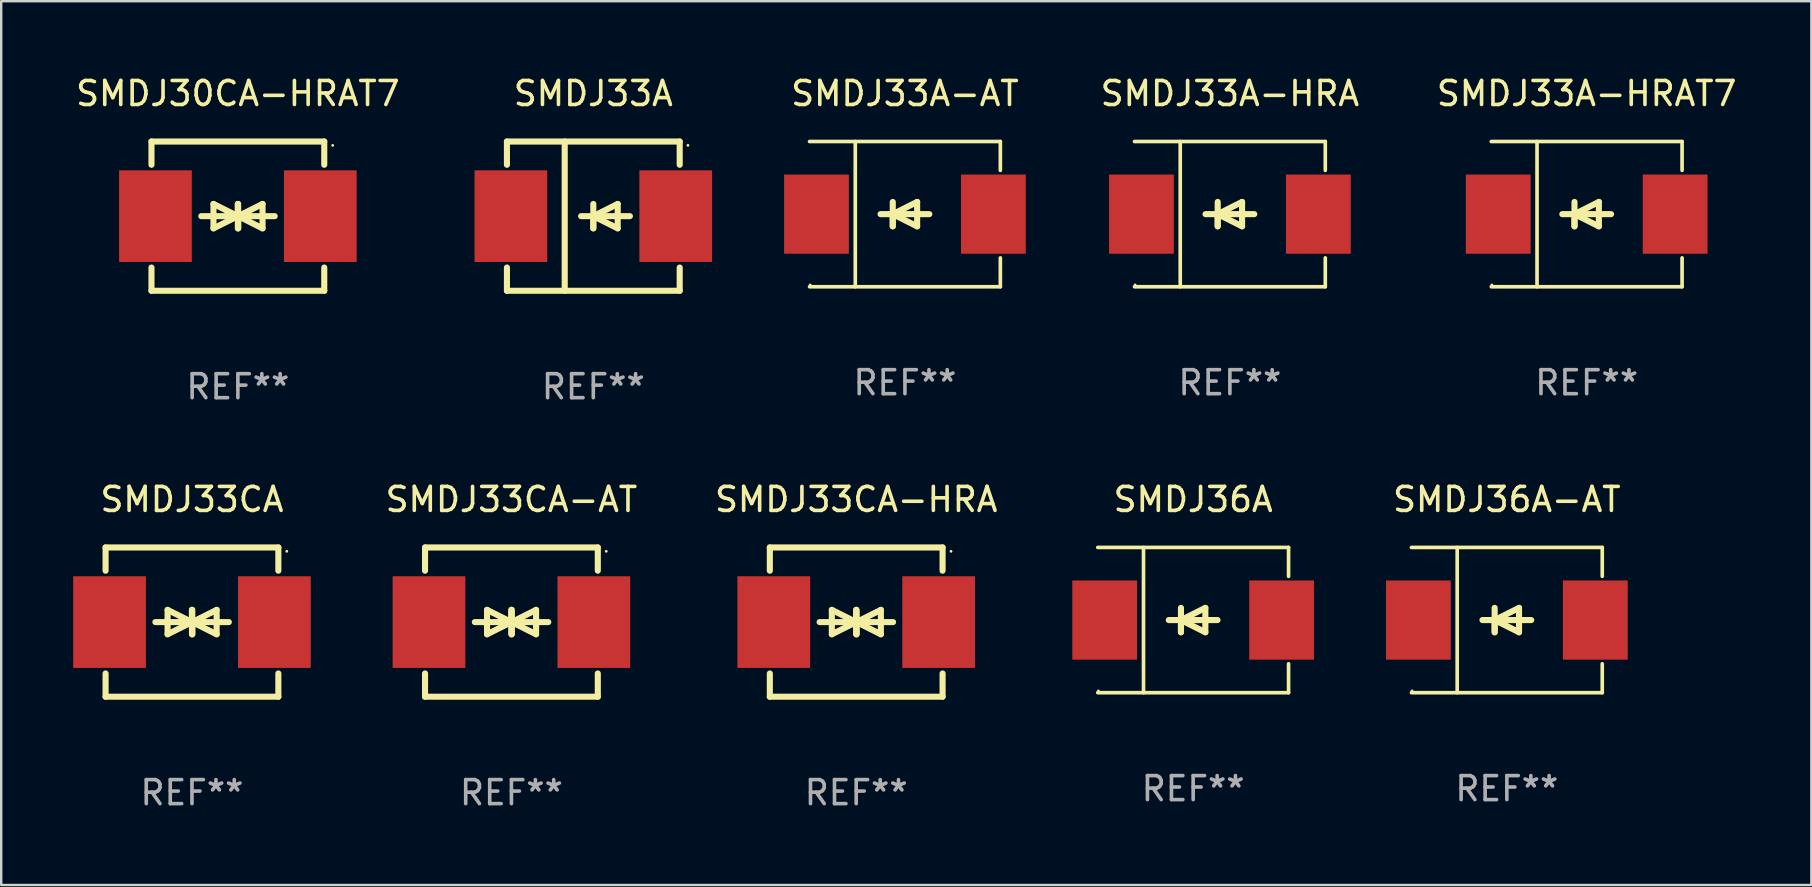
<source format=kicad_pcb>
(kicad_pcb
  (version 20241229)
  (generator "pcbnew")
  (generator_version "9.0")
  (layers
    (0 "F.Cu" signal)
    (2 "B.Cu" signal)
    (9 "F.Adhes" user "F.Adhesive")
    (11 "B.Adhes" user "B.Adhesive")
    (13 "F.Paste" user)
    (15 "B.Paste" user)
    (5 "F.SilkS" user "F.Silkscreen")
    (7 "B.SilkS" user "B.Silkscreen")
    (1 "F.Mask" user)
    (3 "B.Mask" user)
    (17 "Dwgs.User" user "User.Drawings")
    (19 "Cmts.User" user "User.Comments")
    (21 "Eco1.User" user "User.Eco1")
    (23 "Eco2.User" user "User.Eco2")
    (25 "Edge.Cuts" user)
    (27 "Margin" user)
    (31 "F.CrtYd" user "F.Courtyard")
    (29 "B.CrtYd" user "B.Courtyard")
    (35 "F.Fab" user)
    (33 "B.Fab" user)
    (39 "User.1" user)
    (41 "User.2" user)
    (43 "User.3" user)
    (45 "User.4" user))
  (footprint "SMDJ33CA"
    (layer "F.Cu")
    (at 4.95 22.875)
    (property "Reference" "SMDJ33CA" (at 0 -5.11 0) (layer "F.SilkS") (effects (font (size 1 1) (thickness 0.15))))
    (attr through_hole)
    (fp_line (start -3.6 -2.141) (end -3.6 -3.11) (stroke (width 0.254) (type solid)) (layer "F.SilkS"))
    (fp_line (start -3.6 3.11) (end -3.6 2.141) (stroke (width 0.254) (type solid)) (layer "F.SilkS"))
    (fp_line (start -1.524 0) (end 0.508 0) (stroke (width 0.254) (type solid)) (layer "F.SilkS"))
    (fp_line (start -1.016 -0.508) (end -1.016 0.508) (stroke (width 0.254) (type solid)) (layer "F.SilkS"))
    (fp_line (start -1.016 0.508) (end 0 0) (stroke (width 0.254) (type solid)) (layer "F.SilkS"))
    (fp_line (start 0 -0.508) (end 0 0.508) (stroke (width 0.254) (type solid)) (layer "F.SilkS"))
    (fp_line (start 0 0) (end -1.016 -0.508) (stroke (width 0.254) (type solid)) (layer "F.SilkS"))
    (fp_line (start 0 0) (end 0 -0.508) (stroke (width 0.254) (type solid)) (layer "F.SilkS"))
    (fp_line (start 0.012 0) (end 0.012 0.508) (stroke (width 0.254) (type solid)) (layer "F.SilkS"))
    (fp_line (start 0.012 0) (end 1.028 0.508) (stroke (width 0.254) (type solid)) (layer "F.SilkS"))
    (fp_line (start 0.012 0.508) (end 0.012 -0.508) (stroke (width 0.254) (type solid)) (layer "F.SilkS"))
    (fp_line (start 1.028 -0.508) (end 0.012 0) (stroke (width 0.254) (type solid)) (layer "F.SilkS"))
    (fp_line (start 1.028 0.508) (end 1.028 -0.508) (stroke (width 0.254) (type solid)) (layer "F.SilkS"))
    (fp_line (start 1.536 0) (end -0.496 0) (stroke (width 0.254) (type solid)) (layer "F.SilkS"))
    (fp_line (start 3.6 -3.11) (end -3.6 -3.11) (stroke (width 0.254) (type solid)) (layer "F.SilkS"))
    (fp_line (start 3.6 -2.141) (end 3.6 -3.11) (stroke (width 0.254) (type solid)) (layer "F.SilkS"))
    (fp_line (start 3.6 3.11) (end -3.6 3.11) (stroke (width 0.254) (type solid)) (layer "F.SilkS"))
    (fp_line (start 3.6 3.11) (end 3.6 2.141) (stroke (width 0.254) (type solid)) (layer "F.SilkS"))
    (fp_circle (center 3.952 -2.95) (end 3.982 -2.95) (stroke (width 0.06) (type solid)) (fill no) (layer "F.SilkS"))
    (fp_text user "REF**" (at 0 7.11 0) (layer "F.Fab") (effects (font (size 1 1) (thickness 0.15))))
    (pad "1" smd rect (at 3.435 0) (size 3.03 3.82) (layers "F.Cu" "F.Mask" "F.Paste"))
    (pad "2" smd rect (at -3.435 0) (size 3.03 3.82) (layers "F.Cu" "F.Mask" "F.Paste")))
  (footprint "SMDJ33CA-AT"
    (layer "F.Cu")
    (at 18.263 22.875)
    (property "Reference" "SMDJ33CA-AT" (at 0 -5.11 0) (layer "F.SilkS") (effects (font (size 1 1) (thickness 0.15))))
    (attr through_hole)
    (fp_line (start -3.6 -2.141) (end -3.6 -3.11) (stroke (width 0.254) (type solid)) (layer "F.SilkS"))
    (fp_line (start -3.6 3.11) (end -3.6 2.141) (stroke (width 0.254) (type solid)) (layer "F.SilkS"))
    (fp_line (start -1.524 0) (end 0.508 0) (stroke (width 0.254) (type solid)) (layer "F.SilkS"))
    (fp_line (start -1.016 -0.508) (end -1.016 0.508) (stroke (width 0.254) (type solid)) (layer "F.SilkS"))
    (fp_line (start -1.016 0.508) (end 0 0) (stroke (width 0.254) (type solid)) (layer "F.SilkS"))
    (fp_line (start 0 -0.508) (end 0 0.508) (stroke (width 0.254) (type solid)) (layer "F.SilkS"))
    (fp_line (start 0 0) (end -1.016 -0.508) (stroke (width 0.254) (type solid)) (layer "F.SilkS"))
    (fp_line (start 0 0) (end 0 -0.508) (stroke (width 0.254) (type solid)) (layer "F.SilkS"))
    (fp_line (start 0.012 0) (end 0.012 0.508) (stroke (width 0.254) (type solid)) (layer "F.SilkS"))
    (fp_line (start 0.012 0) (end 1.028 0.508) (stroke (width 0.254) (type solid)) (layer "F.SilkS"))
    (fp_line (start 0.012 0.508) (end 0.012 -0.508) (stroke (width 0.254) (type solid)) (layer "F.SilkS"))
    (fp_line (start 1.028 -0.508) (end 0.012 0) (stroke (width 0.254) (type solid)) (layer "F.SilkS"))
    (fp_line (start 1.028 0.508) (end 1.028 -0.508) (stroke (width 0.254) (type solid)) (layer "F.SilkS"))
    (fp_line (start 1.536 0) (end -0.496 0) (stroke (width 0.254) (type solid)) (layer "F.SilkS"))
    (fp_line (start 3.6 -3.11) (end -3.6 -3.11) (stroke (width 0.254) (type solid)) (layer "F.SilkS"))
    (fp_line (start 3.6 -2.141) (end 3.6 -3.11) (stroke (width 0.254) (type solid)) (layer "F.SilkS"))
    (fp_line (start 3.6 3.11) (end -3.6 3.11) (stroke (width 0.254) (type solid)) (layer "F.SilkS"))
    (fp_line (start 3.6 3.11) (end 3.6 2.141) (stroke (width 0.254) (type solid)) (layer "F.SilkS"))
    (fp_circle (center 3.952 -2.95) (end 3.982 -2.95) (stroke (width 0.06) (type solid)) (fill no) (layer "F.SilkS"))
    (fp_text user "REF**" (at 0 7.11 0) (layer "F.Fab") (effects (font (size 1 1) (thickness 0.15))))
    (pad "1" smd rect (at 3.435 0) (size 3.03 3.82) (layers "F.Cu" "F.Mask" "F.Paste"))
    (pad "2" smd rect (at -3.435 0) (size 3.03 3.82) (layers "F.Cu" "F.Mask" "F.Paste")))
  (footprint "SMDJ33CA-HRA"
    (layer "F.Cu")
    (at 32.632 22.875)
    (property "Reference" "SMDJ33CA-HRA" (at 0 -5.11 0) (layer "F.SilkS") (effects (font (size 1 1) (thickness 0.15))))
    (attr through_hole)
    (fp_line (start -3.6 -2.141) (end -3.6 -3.11) (stroke (width 0.254) (type solid)) (layer "F.SilkS"))
    (fp_line (start -3.6 3.11) (end -3.6 2.141) (stroke (width 0.254) (type solid)) (layer "F.SilkS"))
    (fp_line (start -1.524 0) (end 0.508 0) (stroke (width 0.254) (type solid)) (layer "F.SilkS"))
    (fp_line (start -1.016 -0.508) (end -1.016 0.508) (stroke (width 0.254) (type solid)) (layer "F.SilkS"))
    (fp_line (start -1.016 0.508) (end 0 0) (stroke (width 0.254) (type solid)) (layer "F.SilkS"))
    (fp_line (start 0 -0.508) (end 0 0.508) (stroke (width 0.254) (type solid)) (layer "F.SilkS"))
    (fp_line (start 0 0) (end -1.016 -0.508) (stroke (width 0.254) (type solid)) (layer "F.SilkS"))
    (fp_line (start 0 0) (end 0 -0.508) (stroke (width 0.254) (type solid)) (layer "F.SilkS"))
    (fp_line (start 0.012 0) (end 0.012 0.508) (stroke (width 0.254) (type solid)) (layer "F.SilkS"))
    (fp_line (start 0.012 0) (end 1.028 0.508) (stroke (width 0.254) (type solid)) (layer "F.SilkS"))
    (fp_line (start 0.012 0.508) (end 0.012 -0.508) (stroke (width 0.254) (type solid)) (layer "F.SilkS"))
    (fp_line (start 1.028 -0.508) (end 0.012 0) (stroke (width 0.254) (type solid)) (layer "F.SilkS"))
    (fp_line (start 1.028 0.508) (end 1.028 -0.508) (stroke (width 0.254) (type solid)) (layer "F.SilkS"))
    (fp_line (start 1.536 0) (end -0.496 0) (stroke (width 0.254) (type solid)) (layer "F.SilkS"))
    (fp_line (start 3.6 -3.11) (end -3.6 -3.11) (stroke (width 0.254) (type solid)) (layer "F.SilkS"))
    (fp_line (start 3.6 -2.141) (end 3.6 -3.11) (stroke (width 0.254) (type solid)) (layer "F.SilkS"))
    (fp_line (start 3.6 3.11) (end -3.6 3.11) (stroke (width 0.254) (type solid)) (layer "F.SilkS"))
    (fp_line (start 3.6 3.11) (end 3.6 2.141) (stroke (width 0.254) (type solid)) (layer "F.SilkS"))
    (fp_circle (center 3.952 -2.95) (end 3.982 -2.95) (stroke (width 0.06) (type solid)) (fill no) (layer "F.SilkS"))
    (fp_text user "REF**" (at 0 7.11 0) (layer "F.Fab") (effects (font (size 1 1) (thickness 0.15))))
    (pad "1" smd rect (at 3.435 0) (size 3.03 3.82) (layers "F.Cu" "F.Mask" "F.Paste"))
    (pad "2" smd rect (at -3.435 0) (size 3.03 3.82) (layers "F.Cu" "F.Mask" "F.Paste")))
  (footprint "SMDJ33A-AT"
    (layer "F.Cu")
    (at 34.663 5.874)
    (property "Reference" "SMDJ33A-AT" (at 0 -5.026 0) (layer "F.SilkS") (effects (font (size 1 1) (thickness 0.15))))
    (attr through_hole)
    (fp_line (start -3.976 -3.026) (end 3.976 -3.026) (stroke (width 0.152) (type solid)) (layer "F.SilkS"))
    (fp_line (start -3.976 3.026) (end 3.976 3.026) (stroke (width 0.152) (type solid)) (layer "F.SilkS"))
    (fp_line (start -2.069 -3.026) (end -2.069 3.026) (stroke (width 0.152) (type solid)) (layer "F.SilkS"))
    (fp_line (start -0.508 0) (end -0.508 0.508) (stroke (width 0.254) (type solid)) (layer "F.SilkS"))
    (fp_line (start -0.508 0) (end 0.508 0.508) (stroke (width 0.254) (type solid)) (layer "F.SilkS"))
    (fp_line (start -0.508 0.508) (end -0.508 -0.508) (stroke (width 0.254) (type solid)) (layer "F.SilkS"))
    (fp_line (start 0.508 -0.508) (end -0.508 0) (stroke (width 0.254) (type solid)) (layer "F.SilkS"))
    (fp_line (start 0.508 0.508) (end 0.508 -0.508) (stroke (width 0.254) (type solid)) (layer "F.SilkS"))
    (fp_line (start 1.016 0) (end -1.016 0) (stroke (width 0.254) (type solid)) (layer "F.SilkS"))
    (fp_line (start 3.976 -3.026) (end 3.976 -1.823) (stroke (width 0.152) (type solid)) (layer "F.SilkS"))
    (fp_line (start 3.976 3.026) (end 3.976 1.823) (stroke (width 0.152) (type solid)) (layer "F.SilkS"))
    (fp_circle (center -3.95 2.95) (end -3.92 2.95) (stroke (width 0.06) (type solid)) (fill no) (layer "F.SilkS"))
    (fp_text user "REF**" (at 0 7.026 0) (layer "F.Fab") (effects (font (size 1 1) (thickness 0.15))))
    (pad "1" smd rect (at -3.686 0) (size 2.7 3.3) (layers "F.Cu" "F.Mask" "F.Paste"))
    (pad "2" smd rect (at 3.686 0) (size 2.7 3.3) (layers "F.Cu" "F.Mask" "F.Paste")))
  (footprint "SMDJ33A-HRA"
    (layer "F.Cu")
    (at 48.205 5.874)
    (property "Reference" "SMDJ33A-HRA" (at 0 -5.026 0) (layer "F.SilkS") (effects (font (size 1 1) (thickness 0.15))))
    (attr through_hole)
    (fp_line (start -3.976 -3.026) (end 3.976 -3.026) (stroke (width 0.152) (type solid)) (layer "F.SilkS"))
    (fp_line (start -3.976 3.026) (end 3.976 3.026) (stroke (width 0.152) (type solid)) (layer "F.SilkS"))
    (fp_line (start -2.069 -3.026) (end -2.069 3.026) (stroke (width 0.152) (type solid)) (layer "F.SilkS"))
    (fp_line (start -0.508 0) (end -0.508 0.508) (stroke (width 0.254) (type solid)) (layer "F.SilkS"))
    (fp_line (start -0.508 0) (end 0.508 0.508) (stroke (width 0.254) (type solid)) (layer "F.SilkS"))
    (fp_line (start -0.508 0.508) (end -0.508 -0.508) (stroke (width 0.254) (type solid)) (layer "F.SilkS"))
    (fp_line (start 0.508 -0.508) (end -0.508 0) (stroke (width 0.254) (type solid)) (layer "F.SilkS"))
    (fp_line (start 0.508 0.508) (end 0.508 -0.508) (stroke (width 0.254) (type solid)) (layer "F.SilkS"))
    (fp_line (start 1.016 0) (end -1.016 0) (stroke (width 0.254) (type solid)) (layer "F.SilkS"))
    (fp_line (start 3.976 -3.026) (end 3.976 -1.823) (stroke (width 0.152) (type solid)) (layer "F.SilkS"))
    (fp_line (start 3.976 3.026) (end 3.976 1.823) (stroke (width 0.152) (type solid)) (layer "F.SilkS"))
    (fp_circle (center -3.95 2.95) (end -3.92 2.95) (stroke (width 0.06) (type solid)) (fill no) (layer "F.SilkS"))
    (fp_text user "REF**" (at 0 7.026 0) (layer "F.Fab") (effects (font (size 1 1) (thickness 0.15))))
    (pad "1" smd rect (at -3.686 0) (size 2.7 3.3) (layers "F.Cu" "F.Mask" "F.Paste"))
    (pad "2" smd rect (at 3.686 0) (size 2.7 3.3) (layers "F.Cu" "F.Mask" "F.Paste")))
  (footprint "SMDJ33A"
    (layer "F.Cu")
    (at 21.676 5.958)
    (property "Reference" "SMDJ33A" (at 0 -5.11 0) (layer "F.SilkS") (effects (font (size 1 1) (thickness 0.15))))
    (attr through_hole)
    (fp_line (start -3.6 -3.11) (end -3.6 -2.141) (stroke (width 0.254) (type solid)) (layer "F.SilkS"))
    (fp_line (start -3.6 -3.11) (end 3.6 -3.11) (stroke (width 0.254) (type solid)) (layer "F.SilkS"))
    (fp_line (start -3.6 2.141) (end -3.6 3.11) (stroke (width 0.254) (type solid)) (layer "F.SilkS"))
    (fp_line (start -3.6 3.11) (end 3.6 3.11) (stroke (width 0.254) (type solid)) (layer "F.SilkS"))
    (fp_line (start -1.192 -3.11) (end -1.192 3.11) (stroke (width 0.254) (type solid)) (layer "F.SilkS"))
    (fp_line (start 0 0) (end 0 0.508) (stroke (width 0.254) (type solid)) (layer "F.SilkS"))
    (fp_line (start 0 0) (end 1.016 0.508) (stroke (width 0.254) (type solid)) (layer "F.SilkS"))
    (fp_line (start 0 0.508) (end 0 -0.508) (stroke (width 0.254) (type solid)) (layer "F.SilkS"))
    (fp_line (start 1.016 -0.508) (end 0 0) (stroke (width 0.254) (type solid)) (layer "F.SilkS"))
    (fp_line (start 1.016 0.508) (end 1.016 -0.508) (stroke (width 0.254) (type solid)) (layer "F.SilkS"))
    (fp_line (start 1.524 0) (end -0.508 0) (stroke (width 0.254) (type solid)) (layer "F.SilkS"))
    (fp_line (start 3.6 -3.11) (end 3.6 -2.141) (stroke (width 0.254) (type solid)) (layer "F.SilkS"))
    (fp_line (start 3.6 2.141) (end 3.6 3.11) (stroke (width 0.254) (type solid)) (layer "F.SilkS"))
    (fp_circle (center 3.943 -2.952) (end 3.973 -2.952) (stroke (width 0.06) (type solid)) (fill no) (layer "F.SilkS"))
    (fp_text user "REF**" (at 0 7.11 0) (layer "F.Fab") (effects (font (size 1 1) (thickness 0.15))))
    (pad "1" smd rect (at 3.435 0 180) (size 3.03 3.82) (layers "F.Cu" "F.Mask" "F.Paste"))
    (pad "2" smd rect (at -3.435 0 180) (size 3.03 3.82) (layers "F.Cu" "F.Mask" "F.Paste")))
  (footprint "SMDJ36A"
    (layer "F.Cu")
    (at 46.674 22.791)
    (property "Reference" "SMDJ36A" (at 0 -5.026 0) (layer "F.SilkS") (effects (font (size 1 1) (thickness 0.15))))
    (attr through_hole)
    (fp_line (start -3.976 -3.026) (end 3.976 -3.026) (stroke (width 0.152) (type solid)) (layer "F.SilkS"))
    (fp_line (start -3.976 3.026) (end 3.976 3.026) (stroke (width 0.152) (type solid)) (layer "F.SilkS"))
    (fp_line (start -2.069 -3.026) (end -2.069 3.026) (stroke (width 0.152) (type solid)) (layer "F.SilkS"))
    (fp_line (start -0.508 0) (end -0.508 0.508) (stroke (width 0.254) (type solid)) (layer "F.SilkS"))
    (fp_line (start -0.508 0) (end 0.508 0.508) (stroke (width 0.254) (type solid)) (layer "F.SilkS"))
    (fp_line (start -0.508 0.508) (end -0.508 -0.508) (stroke (width 0.254) (type solid)) (layer "F.SilkS"))
    (fp_line (start 0.508 -0.508) (end -0.508 0) (stroke (width 0.254) (type solid)) (layer "F.SilkS"))
    (fp_line (start 0.508 0.508) (end 0.508 -0.508) (stroke (width 0.254) (type solid)) (layer "F.SilkS"))
    (fp_line (start 1.016 0) (end -1.016 0) (stroke (width 0.254) (type solid)) (layer "F.SilkS"))
    (fp_line (start 3.976 -3.026) (end 3.976 -1.823) (stroke (width 0.152) (type solid)) (layer "F.SilkS"))
    (fp_line (start 3.976 3.026) (end 3.976 1.823) (stroke (width 0.152) (type solid)) (layer "F.SilkS"))
    (fp_circle (center -3.95 2.95) (end -3.92 2.95) (stroke (width 0.06) (type solid)) (fill no) (layer "F.SilkS"))
    (fp_text user "REF**" (at 0 7.026 0) (layer "F.Fab") (effects (font (size 1 1) (thickness 0.15))))
    (pad "1" smd rect (at -3.686 0) (size 2.7 3.3) (layers "F.Cu" "F.Mask" "F.Paste"))
    (pad "2" smd rect (at 3.686 0) (size 2.7 3.3) (layers "F.Cu" "F.Mask" "F.Paste")))
  (footprint "SMDJ36A-AT"
    (layer "F.Cu")
    (at 59.747 22.791)
    (property "Reference" "SMDJ36A-AT" (at 0 -5.026 0) (layer "F.SilkS") (effects (font (size 1 1) (thickness 0.15))))
    (attr through_hole)
    (fp_line (start -3.976 -3.026) (end 3.976 -3.026) (stroke (width 0.152) (type solid)) (layer "F.SilkS"))
    (fp_line (start -3.976 3.026) (end 3.976 3.026) (stroke (width 0.152) (type solid)) (layer "F.SilkS"))
    (fp_line (start -2.069 -3.026) (end -2.069 3.026) (stroke (width 0.152) (type solid)) (layer "F.SilkS"))
    (fp_line (start -0.508 0) (end -0.508 0.508) (stroke (width 0.254) (type solid)) (layer "F.SilkS"))
    (fp_line (start -0.508 0) (end 0.508 0.508) (stroke (width 0.254) (type solid)) (layer "F.SilkS"))
    (fp_line (start -0.508 0.508) (end -0.508 -0.508) (stroke (width 0.254) (type solid)) (layer "F.SilkS"))
    (fp_line (start 0.508 -0.508) (end -0.508 0) (stroke (width 0.254) (type solid)) (layer "F.SilkS"))
    (fp_line (start 0.508 0.508) (end 0.508 -0.508) (stroke (width 0.254) (type solid)) (layer "F.SilkS"))
    (fp_line (start 1.016 0) (end -1.016 0) (stroke (width 0.254) (type solid)) (layer "F.SilkS"))
    (fp_line (start 3.976 -3.026) (end 3.976 -1.823) (stroke (width 0.152) (type solid)) (layer "F.SilkS"))
    (fp_line (start 3.976 3.026) (end 3.976 1.823) (stroke (width 0.152) (type solid)) (layer "F.SilkS"))
    (fp_circle (center -3.95 2.95) (end -3.92 2.95) (stroke (width 0.06) (type solid)) (fill no) (layer "F.SilkS"))
    (fp_text user "REF**" (at 0 7.026 0) (layer "F.Fab") (effects (font (size 1 1) (thickness 0.15))))
    (pad "1" smd rect (at -3.686 0) (size 2.7 3.3) (layers "F.Cu" "F.Mask" "F.Paste"))
    (pad "2" smd rect (at 3.686 0) (size 2.7 3.3) (layers "F.Cu" "F.Mask" "F.Paste")))
  (footprint "SMDJ33A-HRAT7"
    (layer "F.Cu")
    (at 63.074 5.874)
    (property "Reference" "SMDJ33A-HRAT7" (at 0 -5.026 0) (layer "F.SilkS") (effects (font (size 1 1) (thickness 0.15))))
    (attr through_hole)
    (fp_line (start -3.976 -3.026) (end 3.976 -3.026) (stroke (width 0.152) (type solid)) (layer "F.SilkS"))
    (fp_line (start -3.976 3.026) (end 3.976 3.026) (stroke (width 0.152) (type solid)) (layer "F.SilkS"))
    (fp_line (start -2.069 -3.026) (end -2.069 3.026) (stroke (width 0.152) (type solid)) (layer "F.SilkS"))
    (fp_line (start -0.508 0) (end -0.508 0.508) (stroke (width 0.254) (type solid)) (layer "F.SilkS"))
    (fp_line (start -0.508 0) (end 0.508 0.508) (stroke (width 0.254) (type solid)) (layer "F.SilkS"))
    (fp_line (start -0.508 0.508) (end -0.508 -0.508) (stroke (width 0.254) (type solid)) (layer "F.SilkS"))
    (fp_line (start 0.508 -0.508) (end -0.508 0) (stroke (width 0.254) (type solid)) (layer "F.SilkS"))
    (fp_line (start 0.508 0.508) (end 0.508 -0.508) (stroke (width 0.254) (type solid)) (layer "F.SilkS"))
    (fp_line (start 1.016 0) (end -1.016 0) (stroke (width 0.254) (type solid)) (layer "F.SilkS"))
    (fp_line (start 3.976 -3.026) (end 3.976 -1.823) (stroke (width 0.152) (type solid)) (layer "F.SilkS"))
    (fp_line (start 3.976 3.026) (end 3.976 1.823) (stroke (width 0.152) (type solid)) (layer "F.SilkS"))
    (fp_circle (center -3.95 2.95) (end -3.92 2.95) (stroke (width 0.06) (type solid)) (fill no) (layer "F.SilkS"))
    (fp_text user "REF**" (at 0 7.026 0) (layer "F.Fab") (effects (font (size 1 1) (thickness 0.15))))
    (pad "1" smd rect (at -3.686 0) (size 2.7 3.3) (layers "F.Cu" "F.Mask" "F.Paste"))
    (pad "2" smd rect (at 3.686 0) (size 2.7 3.3) (layers "F.Cu" "F.Mask" "F.Paste")))
  (footprint "SMDJ30CA-HRAT7"
    (layer "F.Cu")
    (at 6.863 5.958)
    (property "Reference" "SMDJ30CA-HRAT7" (at 0 -5.11 0) (layer "F.SilkS") (effects (font (size 1 1) (thickness 0.15))))
    (attr through_hole)
    (fp_line (start -3.6 -2.141) (end -3.6 -3.11) (stroke (width 0.254) (type solid)) (layer "F.SilkS"))
    (fp_line (start -3.6 3.11) (end -3.6 2.141) (stroke (width 0.254) (type solid)) (layer "F.SilkS"))
    (fp_line (start -1.524 0) (end 0.508 0) (stroke (width 0.254) (type solid)) (layer "F.SilkS"))
    (fp_line (start -1.016 -0.508) (end -1.016 0.508) (stroke (width 0.254) (type solid)) (layer "F.SilkS"))
    (fp_line (start -1.016 0.508) (end 0 0) (stroke (width 0.254) (type solid)) (layer "F.SilkS"))
    (fp_line (start 0 -0.508) (end 0 0.508) (stroke (width 0.254) (type solid)) (layer "F.SilkS"))
    (fp_line (start 0 0) (end -1.016 -0.508) (stroke (width 0.254) (type solid)) (layer "F.SilkS"))
    (fp_line (start 0 0) (end 0 -0.508) (stroke (width 0.254) (type solid)) (layer "F.SilkS"))
    (fp_line (start 0.012 0) (end 0.012 0.508) (stroke (width 0.254) (type solid)) (layer "F.SilkS"))
    (fp_line (start 0.012 0) (end 1.028 0.508) (stroke (width 0.254) (type solid)) (layer "F.SilkS"))
    (fp_line (start 0.012 0.508) (end 0.012 -0.508) (stroke (width 0.254) (type solid)) (layer "F.SilkS"))
    (fp_line (start 1.028 -0.508) (end 0.012 0) (stroke (width 0.254) (type solid)) (layer "F.SilkS"))
    (fp_line (start 1.028 0.508) (end 1.028 -0.508) (stroke (width 0.254) (type solid)) (layer "F.SilkS"))
    (fp_line (start 1.536 0) (end -0.496 0) (stroke (width 0.254) (type solid)) (layer "F.SilkS"))
    (fp_line (start 3.6 -3.11) (end -3.6 -3.11) (stroke (width 0.254) (type solid)) (layer "F.SilkS"))
    (fp_line (start 3.6 -2.141) (end 3.6 -3.11) (stroke (width 0.254) (type solid)) (layer "F.SilkS"))
    (fp_line (start 3.6 3.11) (end -3.6 3.11) (stroke (width 0.254) (type solid)) (layer "F.SilkS"))
    (fp_line (start 3.6 3.11) (end 3.6 2.141) (stroke (width 0.254) (type solid)) (layer "F.SilkS"))
    (fp_circle (center 3.952 -2.95) (end 3.982 -2.95) (stroke (width 0.06) (type solid)) (fill no) (layer "F.SilkS"))
    (fp_text user "REF**" (at 0 7.11 0) (layer "F.Fab") (effects (font (size 1 1) (thickness 0.15))))
    (pad "1" smd rect (at 3.435 0) (size 3.03 3.82) (layers "F.Cu" "F.Mask" "F.Paste"))
    (pad "2" smd rect (at -3.435 0) (size 3.03 3.82) (layers "F.Cu" "F.Mask" "F.Paste")))
  (gr_rect
    (start -3 -3)
    (end 72.437 33.833)
    (stroke (width 0.1) (type default))
    (fill no)
    (layer "Edge.Cuts")))
</source>
